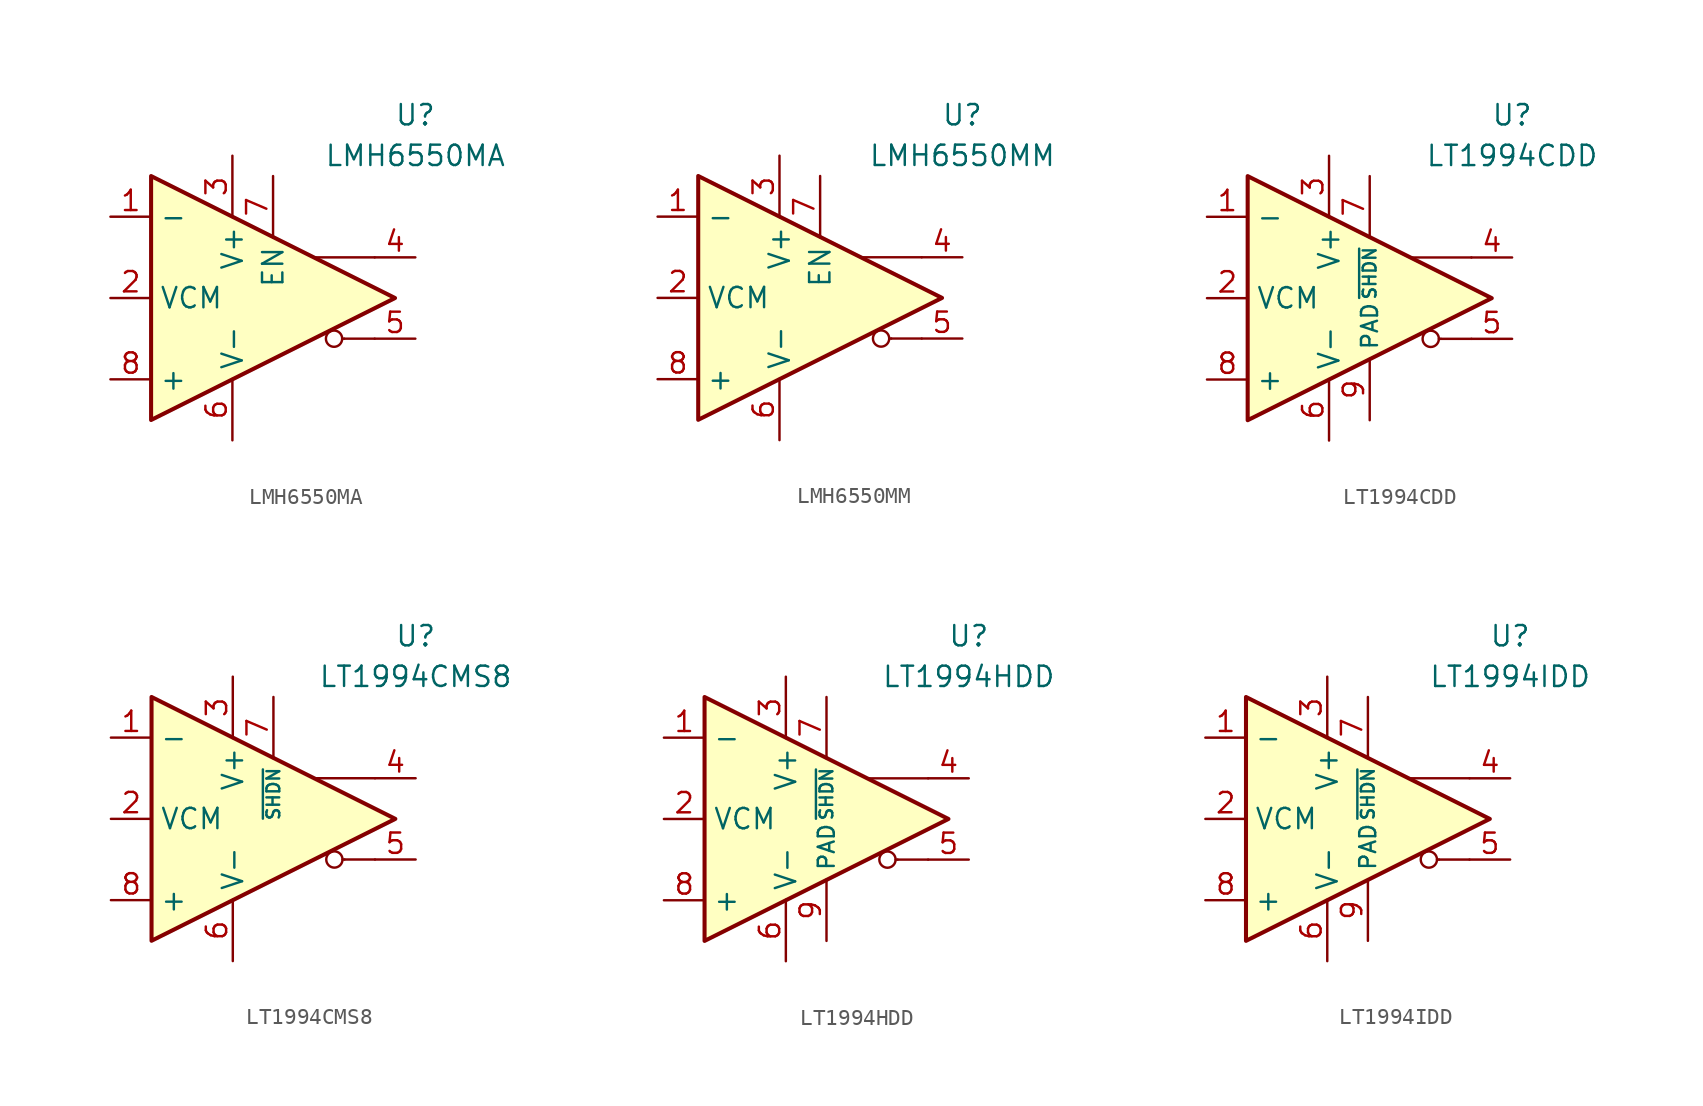
<source format=kicad_sym>
(kicad_symbol_lib
  (version 20211014)
  (generator kicad_symbol_editor)
  (symbol "LMH6550MA"
    (property "Reference" "U"
      (at 8.89 11.43 0)
      (effects (font (size 1.27 1.27))))
    (property "Value" "LMH6550MA"
      (at 8.89 8.89 0)
      (effects (font (size 1.27 1.27))))
    (symbol "LMH6550MA_0_0"
      (polyline (pts (xy 4.445 -2.54) (xy 4.318 -2.54)) (stroke (width 0.152) (type default) (color 0 0 0 0)) (fill (type none)))
      (polyline (pts (xy 6.35 -2.54) (xy 4.445 -2.54)) (stroke (width 0.152) (type default) (color 0 0 0 0)) (fill (type none)))
      (polyline (pts (xy 6.35 2.54) (xy 2.54 2.54)) (stroke (width 0.152) (type default) (color 0 0 0 0)) (fill (type none)))
      (circle (center 3.81 -2.54) (radius 0.508) (stroke (width 0.152) (type default) (color 0 0 0 0)) (fill (type none))))
    (symbol "LMH6550MA_0_1"
      (polyline (pts (xy -7.62 7.62) (xy -7.62 -7.62) (xy 7.62 0) (xy -7.62 7.62)) (stroke (width 0.254) (type default) (color 0 0 0 0)) (fill (type background))))
    (symbol "LMH6550MA_1_1"
      (pin input line (at -10.16 5.08 0) (length 2.54) (name "-" (effects (font (size 1.27 1.27)))) (number "1" (effects (font (size 1.27 1.27)))))
      (pin input line (at -10.16 0 0) (length 2.54) (name "VCM" (effects (font (size 1.27 1.27)))) (number "2" (effects (font (size 1.27 1.27)))))
      (pin power_in line (at -2.54 8.89 270) (length 3.84) (name "V+" (effects (font (size 1.27 1.27)))) (number "3" (effects (font (size 1.27 1.27)))))
      (pin output line (at 8.89 2.54 180) (length 2.54) (name "~" (effects (font (size 1.27 1.27)))) (number "4" (effects (font (size 1.27 1.27)))))
      (pin output line (at 8.89 -2.54 180) (length 2.54) (name "~" (effects (font (size 1.27 1.27)))) (number "5" (effects (font (size 1.27 1.27)))))
      (pin power_in line (at -2.54 -8.89 90) (length 3.84) (name "V-" (effects (font (size 1.27 1.27)))) (number "6" (effects (font (size 1.27 1.27)))))
      (pin input line (at 0 7.62 270) (length 3.84) (name "EN" (effects (font (size 1.27 1.27)))) (number "7" (effects (font (size 1.27 1.27)))))
      (pin input line (at -10.16 -5.08 0) (length 2.54) (name "+" (effects (font (size 1.27 1.27)))) (number "8" (effects (font (size 1.27 1.27)))))))
  (symbol "LMH6550MM"
    (property "Reference" "U"
      (at 8.89 11.43 0)
      (effects (font (size 1.27 1.27))))
    (property "Value" "LMH6550MM"
      (at 8.89 8.89 0)
      (effects (font (size 1.27 1.27))))
    (symbol "LMH6550MM_0_0"
      (polyline (pts (xy 4.445 -2.54) (xy 4.318 -2.54)) (stroke (width 0.152) (type default) (color 0 0 0 0)) (fill (type none)))
      (polyline (pts (xy 6.35 -2.54) (xy 4.445 -2.54)) (stroke (width 0.152) (type default) (color 0 0 0 0)) (fill (type none)))
      (polyline (pts (xy 6.35 2.54) (xy 2.54 2.54)) (stroke (width 0.152) (type default) (color 0 0 0 0)) (fill (type none)))
      (circle (center 3.81 -2.54) (radius 0.508) (stroke (width 0.152) (type default) (color 0 0 0 0)) (fill (type none))))
    (symbol "LMH6550MM_0_1"
      (polyline (pts (xy -7.62 7.62) (xy -7.62 -7.62) (xy 7.62 0) (xy -7.62 7.62)) (stroke (width 0.254) (type default) (color 0 0 0 0)) (fill (type background))))
    (symbol "LMH6550MM_1_1"
      (pin input line (at -10.16 5.08 0) (length 2.54) (name "-" (effects (font (size 1.27 1.27)))) (number "1" (effects (font (size 1.27 1.27)))))
      (pin input line (at -10.16 0 0) (length 2.54) (name "VCM" (effects (font (size 1.27 1.27)))) (number "2" (effects (font (size 1.27 1.27)))))
      (pin power_in line (at -2.54 8.89 270) (length 3.84) (name "V+" (effects (font (size 1.27 1.27)))) (number "3" (effects (font (size 1.27 1.27)))))
      (pin output line (at 8.89 2.54 180) (length 2.54) (name "~" (effects (font (size 1.27 1.27)))) (number "4" (effects (font (size 1.27 1.27)))))
      (pin output line (at 8.89 -2.54 180) (length 2.54) (name "~" (effects (font (size 1.27 1.27)))) (number "5" (effects (font (size 1.27 1.27)))))
      (pin power_in line (at -2.54 -8.89 90) (length 3.84) (name "V-" (effects (font (size 1.27 1.27)))) (number "6" (effects (font (size 1.27 1.27)))))
      (pin input line (at 0 7.62 270) (length 3.84) (name "EN" (effects (font (size 1.27 1.27)))) (number "7" (effects (font (size 1.27 1.27)))))
      (pin input line (at -10.16 -5.08 0) (length 2.54) (name "+" (effects (font (size 1.27 1.27)))) (number "8" (effects (font (size 1.27 1.27)))))))
  (symbol "LT1994CDD"
    (property "Reference" "U"
      (at 8.89 11.43 0)
      (effects (font (size 1.27 1.27))))
    (property "Value" "LT1994CDD"
      (at 8.89 8.89 0)
      (effects (font (size 1.27 1.27))))
    (symbol "LT1994CDD_0_0"
      (polyline (pts (xy 4.445 -2.54) (xy 4.318 -2.54)) (stroke (width 0.152) (type default) (color 0 0 0 0)) (fill (type none)))
      (polyline (pts (xy 6.35 -2.54) (xy 4.445 -2.54)) (stroke (width 0.152) (type default) (color 0 0 0 0)) (fill (type none)))
      (polyline (pts (xy 6.35 2.54) (xy 2.54 2.54)) (stroke (width 0.152) (type default) (color 0 0 0 0)) (fill (type none)))
      (circle (center 3.81 -2.54) (radius 0.508) (stroke (width 0.152) (type default) (color 0 0 0 0)) (fill (type none))))
    (symbol "LT1994CDD_0_1"
      (polyline (pts (xy -7.62 7.62) (xy -7.62 -7.62) (xy 7.62 0) (xy -7.62 7.62)) (stroke (width 0.254) (type default) (color 0 0 0 0)) (fill (type background))))
    (symbol "LT1994CDD_1_1"
      (pin input line (at -10.16 5.08 0) (length 2.54) (name "-" (effects (font (size 1.27 1.27)))) (number "1" (effects (font (size 1.27 1.27)))))
      (pin input line (at -10.16 0 0) (length 2.54) (name "VCM" (effects (font (size 1.27 1.27)))) (number "2" (effects (font (size 1.27 1.27)))))
      (pin power_in line (at -2.54 8.89 270) (length 3.84) (name "V+" (effects (font (size 1.27 1.27)))) (number "3" (effects (font (size 1.27 1.27)))))
      (pin output line (at 8.89 2.54 180) (length 2.54) (name "~" (effects (font (size 1.27 1.27)))) (number "4" (effects (font (size 1.27 1.27)))))
      (pin output line (at 8.89 -2.54 180) (length 2.54) (name "~" (effects (font (size 1.27 1.27)))) (number "5" (effects (font (size 1.27 1.27)))))
      (pin power_in line (at -2.54 -8.89 90) (length 3.84) (name "V-" (effects (font (size 1.27 1.27)))) (number "6" (effects (font (size 1.27 1.27)))))
      (pin input line (at 0 7.62 270) (length 3.84) (name "~{SHDN}" (effects (font (size 0.8 0.8)))) (number "7" (effects (font (size 1.27 1.27)))))
      (pin input line (at -10.16 -5.08 0) (length 2.54) (name "+" (effects (font (size 1.27 1.27)))) (number "8" (effects (font (size 1.27 1.27)))))
      (pin power_in line (at 0 -7.62 90) (length 3.84) (name "PAD" (effects (font (size 1 1)))) (number "9" (effects (font (size 1.27 1.27)))))))
  (symbol "LT1994CMS8"
    (property "Reference" "U"
      (at 8.89 11.43 0)
      (effects (font (size 1.27 1.27))))
    (property "Value" "LT1994CMS8"
      (at 8.89 8.89 0)
      (effects (font (size 1.27 1.27))))
    (symbol "LT1994CMS8_0_0"
      (polyline (pts (xy 4.445 -2.54) (xy 4.318 -2.54)) (stroke (width 0.152) (type default) (color 0 0 0 0)) (fill (type none)))
      (polyline (pts (xy 6.35 -2.54) (xy 4.445 -2.54)) (stroke (width 0.152) (type default) (color 0 0 0 0)) (fill (type none)))
      (polyline (pts (xy 6.35 2.54) (xy 2.54 2.54)) (stroke (width 0.152) (type default) (color 0 0 0 0)) (fill (type none)))
      (circle (center 3.81 -2.54) (radius 0.508) (stroke (width 0.152) (type default) (color 0 0 0 0)) (fill (type none))))
    (symbol "LT1994CMS8_0_1"
      (polyline (pts (xy -7.62 7.62) (xy -7.62 -7.62) (xy 7.62 0) (xy -7.62 7.62)) (stroke (width 0.254) (type default) (color 0 0 0 0)) (fill (type background))))
    (symbol "LT1994CMS8_1_1"
      (pin input line (at -10.16 5.08 0) (length 2.54) (name "-" (effects (font (size 1.27 1.27)))) (number "1" (effects (font (size 1.27 1.27)))))
      (pin input line (at -10.16 0 0) (length 2.54) (name "VCM" (effects (font (size 1.27 1.27)))) (number "2" (effects (font (size 1.27 1.27)))))
      (pin power_in line (at -2.54 8.89 270) (length 3.84) (name "V+" (effects (font (size 1.27 1.27)))) (number "3" (effects (font (size 1.27 1.27)))))
      (pin output line (at 8.89 2.54 180) (length 2.54) (name "~" (effects (font (size 1.27 1.27)))) (number "4" (effects (font (size 1.27 1.27)))))
      (pin output line (at 8.89 -2.54 180) (length 2.54) (name "~" (effects (font (size 1.27 1.27)))) (number "5" (effects (font (size 1.27 1.27)))))
      (pin power_in line (at -2.54 -8.89 90) (length 3.84) (name "V-" (effects (font (size 1.27 1.27)))) (number "6" (effects (font (size 1.27 1.27)))))
      (pin input line (at 0 7.62 270) (length 3.84) (name "~{SHDN}" (effects (font (size 0.8 0.8)))) (number "7" (effects (font (size 1.27 1.27)))))
      (pin input line (at -10.16 -5.08 0) (length 2.54) (name "+" (effects (font (size 1.27 1.27)))) (number "8" (effects (font (size 1.27 1.27)))))))
  (symbol "LT1994HDD"
    (property "Reference" "U"
      (at 8.89 11.43 0)
      (effects (font (size 1.27 1.27))))
    (property "Value" "LT1994HDD"
      (at 8.89 8.89 0)
      (effects (font (size 1.27 1.27))))
    (symbol "LT1994HDD_0_0"
      (polyline (pts (xy 4.445 -2.54) (xy 4.318 -2.54)) (stroke (width 0.152) (type default) (color 0 0 0 0)) (fill (type none)))
      (polyline (pts (xy 6.35 -2.54) (xy 4.445 -2.54)) (stroke (width 0.152) (type default) (color 0 0 0 0)) (fill (type none)))
      (polyline (pts (xy 6.35 2.54) (xy 2.54 2.54)) (stroke (width 0.152) (type default) (color 0 0 0 0)) (fill (type none)))
      (circle (center 3.81 -2.54) (radius 0.508) (stroke (width 0.152) (type default) (color 0 0 0 0)) (fill (type none))))
    (symbol "LT1994HDD_0_1"
      (polyline (pts (xy -7.62 7.62) (xy -7.62 -7.62) (xy 7.62 0) (xy -7.62 7.62)) (stroke (width 0.254) (type default) (color 0 0 0 0)) (fill (type background))))
    (symbol "LT1994HDD_1_1"
      (pin input line (at -10.16 5.08 0) (length 2.54) (name "-" (effects (font (size 1.27 1.27)))) (number "1" (effects (font (size 1.27 1.27)))))
      (pin input line (at -10.16 0 0) (length 2.54) (name "VCM" (effects (font (size 1.27 1.27)))) (number "2" (effects (font (size 1.27 1.27)))))
      (pin power_in line (at -2.54 8.89 270) (length 3.84) (name "V+" (effects (font (size 1.27 1.27)))) (number "3" (effects (font (size 1.27 1.27)))))
      (pin output line (at 8.89 2.54 180) (length 2.54) (name "~" (effects (font (size 1.27 1.27)))) (number "4" (effects (font (size 1.27 1.27)))))
      (pin output line (at 8.89 -2.54 180) (length 2.54) (name "~" (effects (font (size 1.27 1.27)))) (number "5" (effects (font (size 1.27 1.27)))))
      (pin power_in line (at -2.54 -8.89 90) (length 3.84) (name "V-" (effects (font (size 1.27 1.27)))) (number "6" (effects (font (size 1.27 1.27)))))
      (pin input line (at 0 7.62 270) (length 3.84) (name "~{SHDN}" (effects (font (size 0.8 0.8)))) (number "7" (effects (font (size 1.27 1.27)))))
      (pin input line (at -10.16 -5.08 0) (length 2.54) (name "+" (effects (font (size 1.27 1.27)))) (number "8" (effects (font (size 1.27 1.27)))))
      (pin power_in line (at 0 -7.62 90) (length 3.84) (name "PAD" (effects (font (size 1 1)))) (number "9" (effects (font (size 1.27 1.27)))))))
  (symbol "LT1994IDD"
    (property "Reference" "U"
      (at 8.89 11.43 0)
      (effects (font (size 1.27 1.27))))
    (property "Value" "LT1994IDD"
      (at 8.89 8.89 0)
      (effects (font (size 1.27 1.27))))
    (symbol "LT1994IDD_0_0"
      (polyline (pts (xy 4.445 -2.54) (xy 4.318 -2.54)) (stroke (width 0.152) (type default) (color 0 0 0 0)) (fill (type none)))
      (polyline (pts (xy 6.35 -2.54) (xy 4.445 -2.54)) (stroke (width 0.152) (type default) (color 0 0 0 0)) (fill (type none)))
      (polyline (pts (xy 6.35 2.54) (xy 2.54 2.54)) (stroke (width 0.152) (type default) (color 0 0 0 0)) (fill (type none)))
      (circle (center 3.81 -2.54) (radius 0.508) (stroke (width 0.152) (type default) (color 0 0 0 0)) (fill (type none))))
    (symbol "LT1994IDD_0_1"
      (polyline (pts (xy -7.62 7.62) (xy -7.62 -7.62) (xy 7.62 0) (xy -7.62 7.62)) (stroke (width 0.254) (type default) (color 0 0 0 0)) (fill (type background))))
    (symbol "LT1994IDD_1_1"
      (pin input line (at -10.16 5.08 0) (length 2.54) (name "-" (effects (font (size 1.27 1.27)))) (number "1" (effects (font (size 1.27 1.27)))))
      (pin input line (at -10.16 0 0) (length 2.54) (name "VCM" (effects (font (size 1.27 1.27)))) (number "2" (effects (font (size 1.27 1.27)))))
      (pin power_in line (at -2.54 8.89 270) (length 3.84) (name "V+" (effects (font (size 1.27 1.27)))) (number "3" (effects (font (size 1.27 1.27)))))
      (pin output line (at 8.89 2.54 180) (length 2.54) (name "~" (effects (font (size 1.27 1.27)))) (number "4" (effects (font (size 1.27 1.27)))))
      (pin output line (at 8.89 -2.54 180) (length 2.54) (name "~" (effects (font (size 1.27 1.27)))) (number "5" (effects (font (size 1.27 1.27)))))
      (pin power_in line (at -2.54 -8.89 90) (length 3.84) (name "V-" (effects (font (size 1.27 1.27)))) (number "6" (effects (font (size 1.27 1.27)))))
      (pin input line (at 0 7.62 270) (length 3.84) (name "~{SHDN}" (effects (font (size 0.8 0.8)))) (number "7" (effects (font (size 1.27 1.27)))))
      (pin input line (at -10.16 -5.08 0) (length 2.54) (name "+" (effects (font (size 1.27 1.27)))) (number "8" (effects (font (size 1.27 1.27)))))
      (pin power_in line (at 0 -7.62 90) (length 3.84) (name "PAD" (effects (font (size 1 1)))) (number "9" (effects (font (size 1.27 1.27))))))))
</source>
